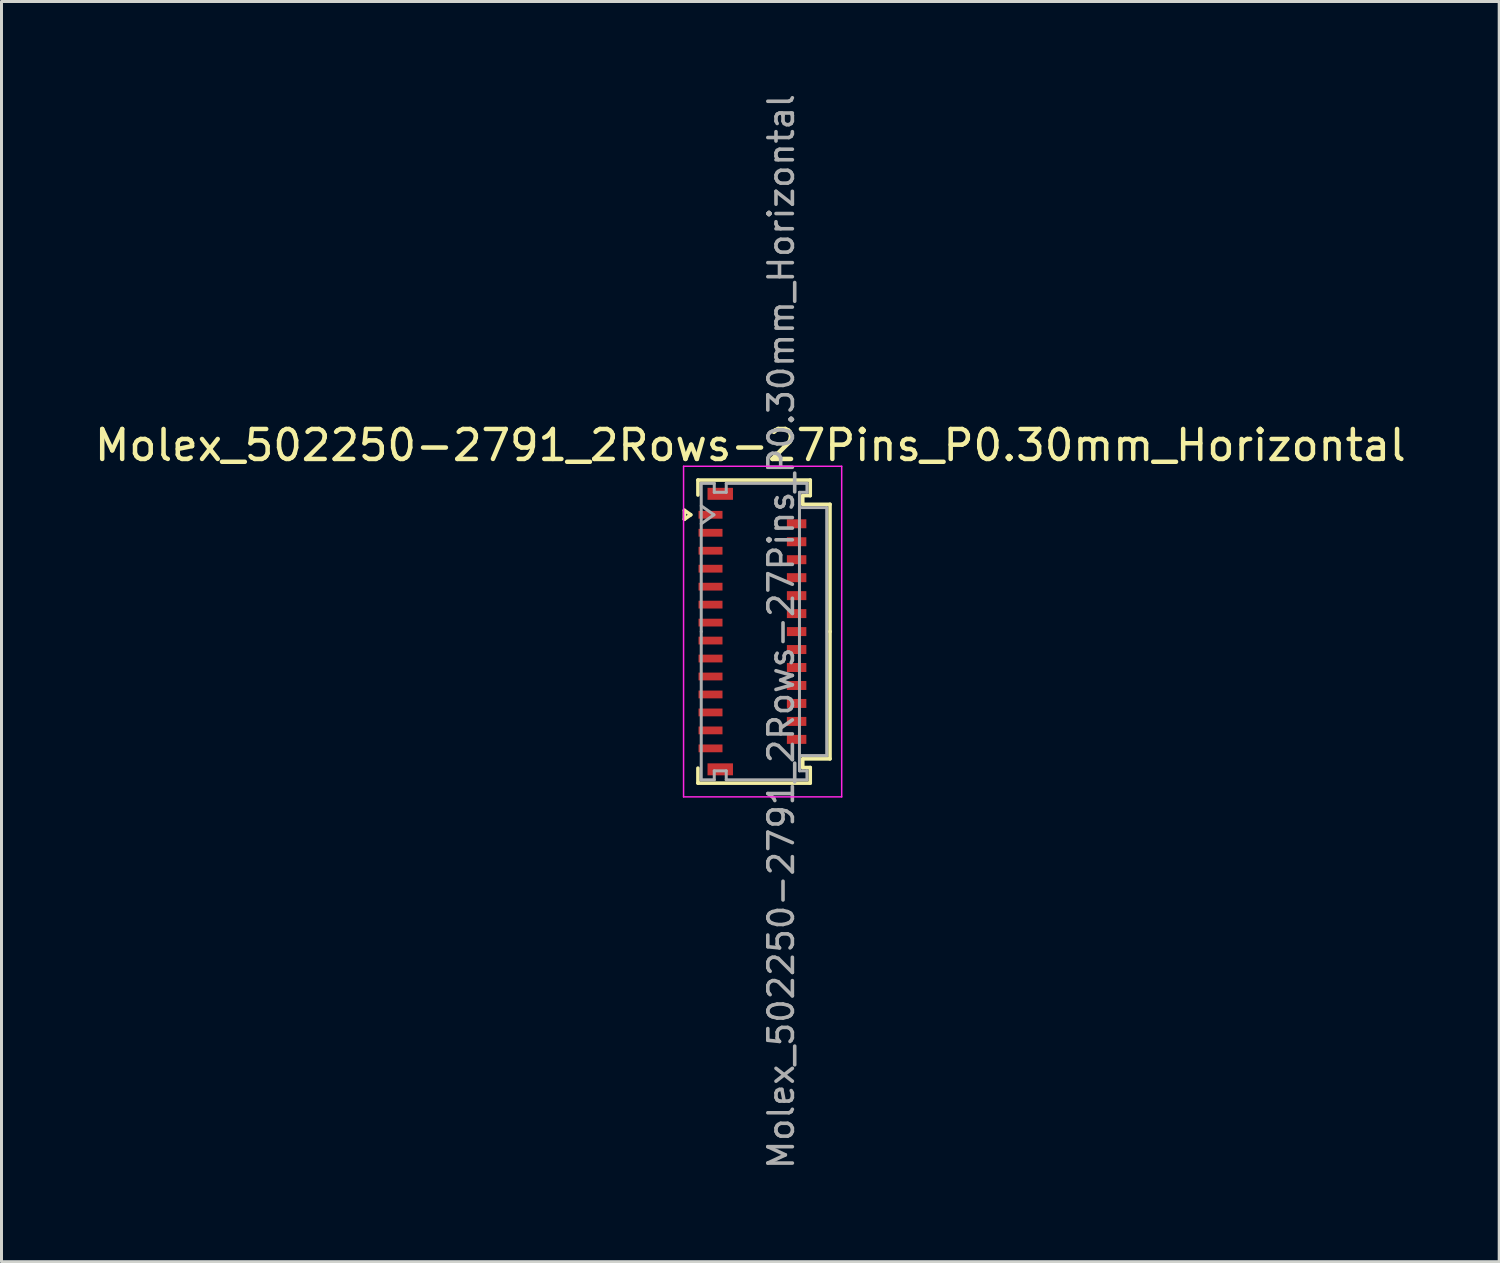
<source format=kicad_pcb>
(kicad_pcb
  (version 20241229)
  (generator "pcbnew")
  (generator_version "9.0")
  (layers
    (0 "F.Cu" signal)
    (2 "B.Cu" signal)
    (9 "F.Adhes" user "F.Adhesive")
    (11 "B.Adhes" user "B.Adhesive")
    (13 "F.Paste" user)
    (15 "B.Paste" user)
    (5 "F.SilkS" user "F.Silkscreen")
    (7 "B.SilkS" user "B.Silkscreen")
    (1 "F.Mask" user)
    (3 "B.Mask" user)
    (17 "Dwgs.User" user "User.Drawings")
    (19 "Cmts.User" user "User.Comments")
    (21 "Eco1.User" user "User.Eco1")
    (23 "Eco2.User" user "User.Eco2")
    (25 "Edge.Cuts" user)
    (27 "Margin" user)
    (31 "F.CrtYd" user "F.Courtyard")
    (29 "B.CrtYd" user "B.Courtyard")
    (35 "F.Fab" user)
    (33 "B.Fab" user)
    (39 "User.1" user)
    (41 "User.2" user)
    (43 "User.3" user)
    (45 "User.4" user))
  (footprint "Molex_502250-2791_2Rows-27Pins_P0.30mm_Horizontal"
    (layer "F.Cu")
    (at 22.076 18.04)
    (property "Reference" "Molex_502250-2791_2Rows-27Pins_P0.30mm_Horizontal" (at -0.07 -6.22 0) (layer "F.SilkS") (effects (font (size 1 1) (thickness 0.15))))
    (attr smd)
    (fp_line (start -2.272 -4.05) (end -2.06 -3.9) (stroke (width 0.12) (type solid)) (layer "F.SilkS"))
    (fp_line (start -2.272 -3.75) (end -2.272 -4.05) (stroke (width 0.12) (type solid)) (layer "F.SilkS"))
    (fp_line (start -2.06 -3.9) (end -2.272 -3.75) (stroke (width 0.12) (type solid)) (layer "F.SilkS"))
    (fp_line (start -1.82 -5.06) (end 1.93 -5.06) (stroke (width 0.12) (type solid)) (layer "F.SilkS"))
    (fp_line (start -1.82 -4.56) (end -1.82 -5.06) (stroke (width 0.12) (type solid)) (layer "F.SilkS"))
    (fp_line (start -1.82 4.56) (end -1.82 5.06) (stroke (width 0.12) (type solid)) (layer "F.SilkS"))
    (fp_line (start -1.82 5.06) (end 1.93 5.06) (stroke (width 0.12) (type solid)) (layer "F.SilkS"))
    (fp_line (start 1.68 -4.54) (end 1.68 -4.25) (stroke (width 0.12) (type solid)) (layer "F.SilkS"))
    (fp_line (start 1.68 -4.25) (end 2.59 -4.25) (stroke (width 0.12) (type solid)) (layer "F.SilkS"))
    (fp_line (start 1.68 4.25) (end 2.59 4.25) (stroke (width 0.12) (type solid)) (layer "F.SilkS"))
    (fp_line (start 1.68 4.54) (end 1.68 4.25) (stroke (width 0.12) (type solid)) (layer "F.SilkS"))
    (fp_line (start 1.93 -5.06) (end 1.93 -4.54) (stroke (width 0.12) (type solid)) (layer "F.SilkS"))
    (fp_line (start 1.93 -4.54) (end 1.68 -4.54) (stroke (width 0.12) (type solid)) (layer "F.SilkS"))
    (fp_line (start 1.93 4.54) (end 1.68 4.54) (stroke (width 0.12) (type solid)) (layer "F.SilkS"))
    (fp_line (start 1.93 5.06) (end 1.93 4.54) (stroke (width 0.12) (type solid)) (layer "F.SilkS"))
    (fp_line (start 2.59 -4.25) (end 2.59 0) (stroke (width 0.12) (type solid)) (layer "F.SilkS"))
    (fp_line (start 2.59 4.25) (end 2.59 0) (stroke (width 0.12) (type solid)) (layer "F.SilkS"))
    (fp_line (start -2.3 -5.52) (end -2.3 5.52) (stroke (width 0.05) (type solid)) (layer "F.CrtYd"))
    (fp_line (start -2.3 5.52) (end 2.98 5.52) (stroke (width 0.05) (type solid)) (layer "F.CrtYd"))
    (fp_line (start 2.98 -5.52) (end -2.3 -5.52) (stroke (width 0.05) (type solid)) (layer "F.CrtYd"))
    (fp_line (start 2.98 5.52) (end 2.98 -5.52) (stroke (width 0.05) (type solid)) (layer "F.CrtYd"))
    (fp_line (start -1.71 -4.95) (end -1.275 -4.95) (stroke (width 0.1) (type solid)) (layer "F.Fab"))
    (fp_line (start -1.71 -4.2) (end -1.286 -3.9) (stroke (width 0.1) (type solid)) (layer "F.Fab"))
    (fp_line (start -1.71 0) (end -1.71 -4.95) (stroke (width 0.1) (type solid)) (layer "F.Fab"))
    (fp_line (start -1.71 0) (end -1.71 4.95) (stroke (width 0.1) (type solid)) (layer "F.Fab"))
    (fp_line (start -1.71 4.95) (end -1.275 4.95) (stroke (width 0.1) (type solid)) (layer "F.Fab"))
    (fp_line (start -1.286 -3.9) (end -1.71 -3.6) (stroke (width 0.1) (type solid)) (layer "F.Fab"))
    (fp_line (start -1.275 -4.95) (end -1.275 -4.65) (stroke (width 0.1) (type solid)) (layer "F.Fab"))
    (fp_line (start -1.275 -4.65) (end -0.875 -4.65) (stroke (width 0.1) (type solid)) (layer "F.Fab"))
    (fp_line (start -1.275 4.65) (end -0.875 4.65) (stroke (width 0.1) (type solid)) (layer "F.Fab"))
    (fp_line (start -1.275 4.95) (end -1.275 4.65) (stroke (width 0.1) (type solid)) (layer "F.Fab"))
    (fp_line (start -0.875 -4.95) (end 1.82 -4.95) (stroke (width 0.1) (type solid)) (layer "F.Fab"))
    (fp_line (start -0.875 -4.65) (end -0.875 -4.95) (stroke (width 0.1) (type solid)) (layer "F.Fab"))
    (fp_line (start -0.875 4.65) (end -0.875 4.95) (stroke (width 0.1) (type solid)) (layer "F.Fab"))
    (fp_line (start -0.875 4.95) (end 1.82 4.95) (stroke (width 0.1) (type solid)) (layer "F.Fab"))
    (fp_line (start 1.57 -4.65) (end 1.57 0) (stroke (width 0.1) (type solid)) (layer "F.Fab"))
    (fp_line (start 1.57 -4.14) (end 2.48 -4.14) (stroke (width 0.1) (type solid)) (layer "F.Fab"))
    (fp_line (start 1.57 4.65) (end 1.57 0) (stroke (width 0.1) (type solid)) (layer "F.Fab"))
    (fp_line (start 1.82 -4.95) (end 1.82 -4.65) (stroke (width 0.1) (type solid)) (layer "F.Fab"))
    (fp_line (start 1.82 -4.65) (end 1.57 -4.65) (stroke (width 0.1) (type solid)) (layer "F.Fab"))
    (fp_line (start 1.82 4.65) (end 1.57 4.65) (stroke (width 0.1) (type solid)) (layer "F.Fab"))
    (fp_line (start 1.82 4.95) (end 1.82 4.65) (stroke (width 0.1) (type solid)) (layer "F.Fab"))
    (fp_line (start 2.48 -4.14) (end 2.48 4.14) (stroke (width 0.1) (type solid)) (layer "F.Fab"))
    (fp_line (start 2.48 4.14) (end 1.57 4.14) (stroke (width 0.1) (type solid)) (layer "F.Fab"))
    (fp_text user "${REFERENCE}" (at 0.96 0 90) (layer "F.Fab") (effects (font (size 0.82 0.82) (thickness 0.12))))
    (pad "" smd rect (at -1.075 -4.6) (size 0.85 0.4) (layers "F.Cu" "F.Mask" "F.Paste"))
    (pad "" smd rect (at -1.075 4.6) (size 0.85 0.4) (layers "F.Cu" "F.Mask" "F.Paste"))
    (pad "1" smd rect (at -1.4 -3.9) (size 0.8 0.26) (layers "F.Cu" "F.Mask" "F.Paste"))
    (pad "2" smd rect (at 1.475 -3.6) (size 0.65 0.3) (layers "F.Cu" "F.Mask" "F.Paste"))
    (pad "3" smd rect (at -1.4 -3.3) (size 0.8 0.26) (layers "F.Cu" "F.Mask" "F.Paste"))
    (pad "4" smd rect (at 1.475 -3) (size 0.65 0.3) (layers "F.Cu" "F.Mask" "F.Paste"))
    (pad "5" smd rect (at -1.4 -2.7) (size 0.8 0.26) (layers "F.Cu" "F.Mask" "F.Paste"))
    (pad "6" smd rect (at 1.475 -2.4) (size 0.65 0.3) (layers "F.Cu" "F.Mask" "F.Paste"))
    (pad "7" smd rect (at -1.4 -2.1) (size 0.8 0.26) (layers "F.Cu" "F.Mask" "F.Paste"))
    (pad "8" smd rect (at 1.475 -1.8) (size 0.65 0.3) (layers "F.Cu" "F.Mask" "F.Paste"))
    (pad "9" smd rect (at -1.4 -1.5) (size 0.8 0.26) (layers "F.Cu" "F.Mask" "F.Paste"))
    (pad "10" smd rect (at 1.475 -1.2) (size 0.65 0.3) (layers "F.Cu" "F.Mask" "F.Paste"))
    (pad "11" smd rect (at -1.4 -0.9) (size 0.8 0.26) (layers "F.Cu" "F.Mask" "F.Paste"))
    (pad "12" smd rect (at 1.475 -0.6) (size 0.65 0.3) (layers "F.Cu" "F.Mask" "F.Paste"))
    (pad "13" smd rect (at -1.4 -0.3) (size 0.8 0.26) (layers "F.Cu" "F.Mask" "F.Paste"))
    (pad "14" smd rect (at 1.475 0) (size 0.65 0.3) (layers "F.Cu" "F.Mask" "F.Paste"))
    (pad "15" smd rect (at -1.4 0.3) (size 0.8 0.26) (layers "F.Cu" "F.Mask" "F.Paste"))
    (pad "16" smd rect (at 1.475 0.6) (size 0.65 0.3) (layers "F.Cu" "F.Mask" "F.Paste"))
    (pad "17" smd rect (at -1.4 0.9) (size 0.8 0.26) (layers "F.Cu" "F.Mask" "F.Paste"))
    (pad "18" smd rect (at 1.475 1.2) (size 0.65 0.3) (layers "F.Cu" "F.Mask" "F.Paste"))
    (pad "19" smd rect (at -1.4 1.5) (size 0.8 0.26) (layers "F.Cu" "F.Mask" "F.Paste"))
    (pad "20" smd rect (at 1.475 1.8) (size 0.65 0.3) (layers "F.Cu" "F.Mask" "F.Paste"))
    (pad "21" smd rect (at -1.4 2.1) (size 0.8 0.26) (layers "F.Cu" "F.Mask" "F.Paste"))
    (pad "22" smd rect (at 1.475 2.4) (size 0.65 0.3) (layers "F.Cu" "F.Mask" "F.Paste"))
    (pad "23" smd rect (at -1.4 2.7) (size 0.8 0.26) (layers "F.Cu" "F.Mask" "F.Paste"))
    (pad "24" smd rect (at 1.475 3) (size 0.65 0.3) (layers "F.Cu" "F.Mask" "F.Paste"))
    (pad "25" smd rect (at -1.4 3.3) (size 0.8 0.26) (layers "F.Cu" "F.Mask" "F.Paste"))
    (pad "26" smd rect (at 1.475 3.6) (size 0.65 0.3) (layers "F.Cu" "F.Mask" "F.Paste"))
    (pad "27" smd rect (at -1.4 3.9) (size 0.8 0.26) (layers "F.Cu" "F.Mask" "F.Paste")))
  (gr_rect
    (start -3 -3)
    (end 47.012 39.081)
    (stroke (width 0.1) (type default))
    (fill no)
    (layer "Edge.Cuts")))
</source>
